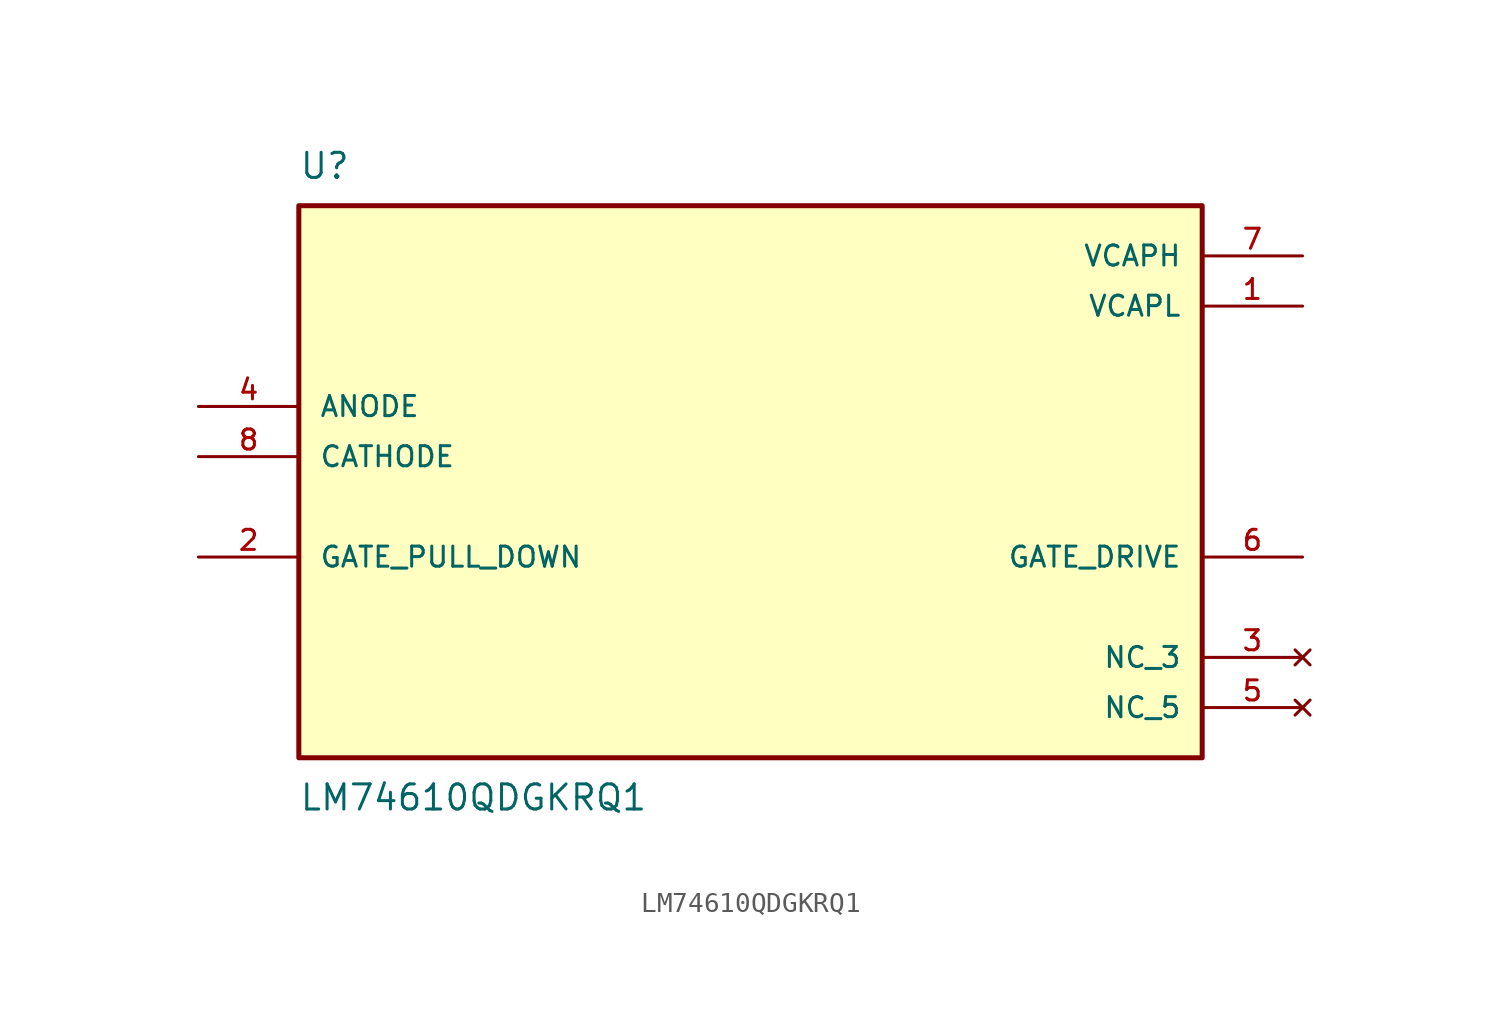
<source format=kicad_sym>
(kicad_symbol_lib
  (version 20211014)
  (generator kicad_symbol_editor)
  (symbol "LM74610QDGKRQ1"
    (pin_names
      (offset 1.016))
    (property "Reference" "U"
      (at -22.86 13.97 0)
      (effects (font (size 1.27 1.27)) (justify bottom left)))
    (property "Value" "LM74610QDGKRQ1"
      (at -22.86 -16.51 0)
      (effects (font (size 1.27 1.27)) (justify top left)))
    (symbol "LM74610QDGKRQ1_0_0"
      (rectangle (start -22.86 -15.24) (end 22.86 12.7) (stroke (width 0.254)) (fill (type background)))
      (pin bidirectional line (at -27.94 2.54 0) (length 5.08) (name "ANODE" (effects (font (size 1.016 1.016)))) (number "4" (effects (font (size 1.016 1.016)))))
      (pin bidirectional line (at -27.94 0.0 0) (length 5.08) (name "CATHODE" (effects (font (size 1.016 1.016)))) (number "8" (effects (font (size 1.016 1.016)))))
      (pin bidirectional line (at -27.94 -5.08 0) (length 5.08) (name "GATE_PULL_DOWN" (effects (font (size 1.016 1.016)))) (number "2" (effects (font (size 1.016 1.016)))))
      (pin output line (at 27.94 -5.08 180.0) (length 5.08) (name "GATE_DRIVE" (effects (font (size 1.016 1.016)))) (number "6" (effects (font (size 1.016 1.016)))))
      (pin output line (at 27.94 10.16 180.0) (length 5.08) (name "VCAPH" (effects (font (size 1.016 1.016)))) (number "7" (effects (font (size 1.016 1.016)))))
      (pin output line (at 27.94 7.62 180.0) (length 5.08) (name "VCAPL" (effects (font (size 1.016 1.016)))) (number "1" (effects (font (size 1.016 1.016)))))
      (pin no_connect line (at 27.94 -10.16 180.0) (length 5.08) (name "NC_3" (effects (font (size 1.016 1.016)))) (number "3" (effects (font (size 1.016 1.016)))))
      (pin no_connect line (at 27.94 -12.7 180.0) (length 5.08) (name "NC_5" (effects (font (size 1.016 1.016)))) (number "5" (effects (font (size 1.016 1.016))))))))
</source>
